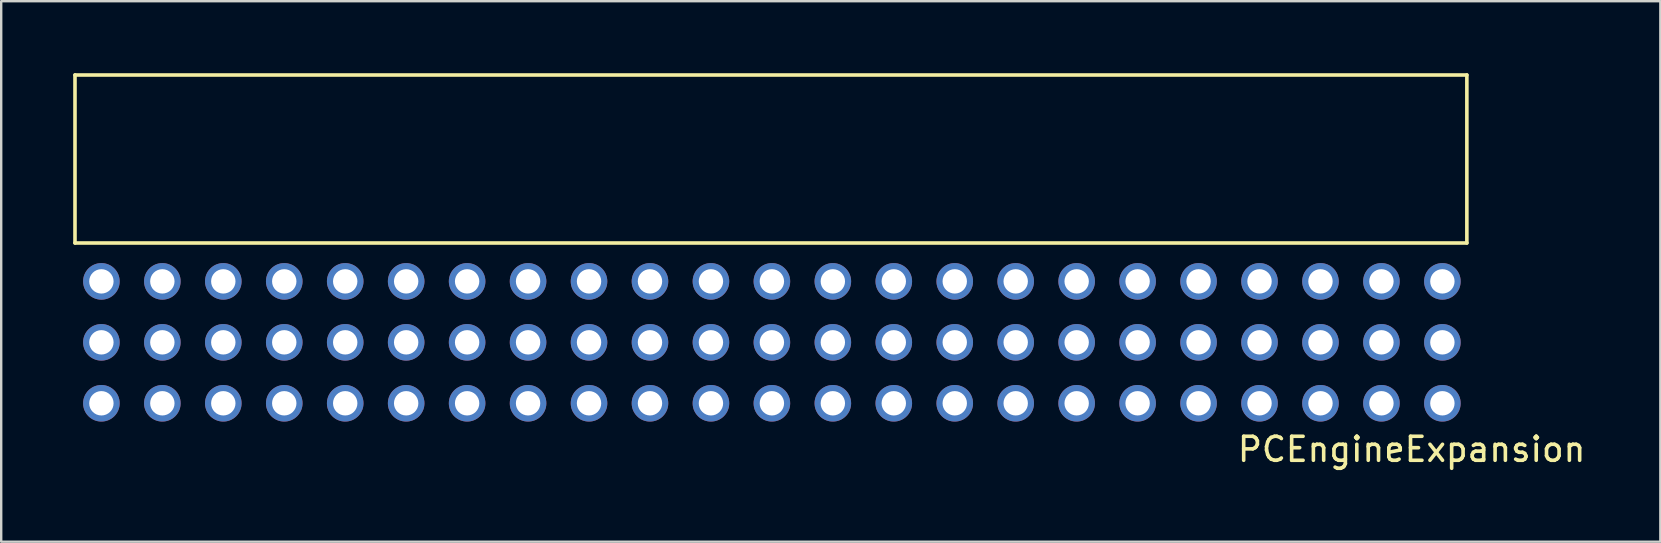
<source format=kicad_pcb>
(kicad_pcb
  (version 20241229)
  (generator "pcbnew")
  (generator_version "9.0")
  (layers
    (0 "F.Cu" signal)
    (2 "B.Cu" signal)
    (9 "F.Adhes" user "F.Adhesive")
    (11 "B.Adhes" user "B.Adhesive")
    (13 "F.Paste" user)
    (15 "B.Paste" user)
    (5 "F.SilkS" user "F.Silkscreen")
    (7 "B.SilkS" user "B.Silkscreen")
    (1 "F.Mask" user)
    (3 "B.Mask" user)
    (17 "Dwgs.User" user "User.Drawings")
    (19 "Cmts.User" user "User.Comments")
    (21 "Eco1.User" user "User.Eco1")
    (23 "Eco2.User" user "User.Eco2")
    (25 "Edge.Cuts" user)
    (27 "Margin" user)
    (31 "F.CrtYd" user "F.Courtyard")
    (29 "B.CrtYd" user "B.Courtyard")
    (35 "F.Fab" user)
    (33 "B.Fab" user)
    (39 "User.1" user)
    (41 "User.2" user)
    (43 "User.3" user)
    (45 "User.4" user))
  (footprint "PCEngineExpansion"
    (layer "F.Cu")
    (at 29.075 11.075)
    (property "Reference" "PCEngineExpansion" (at 26.7 4.6 0) (layer "F.SilkS") (effects (font (size 1 1) (thickness 0.15))))
    (attr through_hole)
    (fp_line (start -29 -11) (end -29 -4) (stroke (width 0.15) (type solid)) (layer "F.SilkS"))
    (fp_line (start -29 -4) (end 29 -4) (stroke (width 0.15) (type solid)) (layer "F.SilkS"))
    (fp_line (start 29 -11) (end -29 -11) (stroke (width 0.15) (type solid)) (layer "F.SilkS"))
    (fp_line (start 29 -4) (end 29 -11) (stroke (width 0.15) (type solid)) (layer "F.SilkS"))
    (pad "A1" thru_hole circle (at -27.9 -2.4) (size 1.524 1.524) (drill 1.016) (layers "*.Cu" "*.Mask"))
    (pad "A2" thru_hole circle (at -25.36 -2.4) (size 1.524 1.524) (drill 1.016) (layers "*.Cu" "*.Mask"))
    (pad "A3" thru_hole circle (at -22.82 -2.4) (size 1.524 1.524) (drill 1.016) (layers "*.Cu" "*.Mask"))
    (pad "A4" thru_hole circle (at -20.28 -2.4) (size 1.524 1.524) (drill 1.016) (layers "*.Cu" "*.Mask"))
    (pad "A5" thru_hole circle (at -17.74 -2.4) (size 1.524 1.524) (drill 1.016) (layers "*.Cu" "*.Mask"))
    (pad "A6" thru_hole circle (at -15.2 -2.4) (size 1.524 1.524) (drill 1.016) (layers "*.Cu" "*.Mask"))
    (pad "A7" thru_hole circle (at -12.66 -2.4) (size 1.524 1.524) (drill 1.016) (layers "*.Cu" "*.Mask"))
    (pad "A8" thru_hole circle (at -10.12 -2.4) (size 1.524 1.524) (drill 1.016) (layers "*.Cu" "*.Mask"))
    (pad "A9" thru_hole circle (at -7.58 -2.4) (size 1.524 1.524) (drill 1.016) (layers "*.Cu" "*.Mask"))
    (pad "A10" thru_hole circle (at -5.04 -2.4) (size 1.524 1.524) (drill 1.016) (layers "*.Cu" "*.Mask"))
    (pad "A11" thru_hole circle (at -2.5 -2.4) (size 1.524 1.524) (drill 1.016) (layers "*.Cu" "*.Mask"))
    (pad "A12" thru_hole circle (at 0.04 -2.4) (size 1.524 1.524) (drill 1.016) (layers "*.Cu" "*.Mask"))
    (pad "A13" thru_hole circle (at 2.58 -2.4) (size 1.524 1.524) (drill 1.016) (layers "*.Cu" "*.Mask"))
    (pad "A14" thru_hole circle (at 5.12 -2.4) (size 1.524 1.524) (drill 1.016) (layers "*.Cu" "*.Mask"))
    (pad "A15" thru_hole circle (at 7.66 -2.4) (size 1.524 1.524) (drill 1.016) (layers "*.Cu" "*.Mask"))
    (pad "A16" thru_hole circle (at 10.2 -2.4) (size 1.524 1.524) (drill 1.016) (layers "*.Cu" "*.Mask"))
    (pad "A17" thru_hole circle (at 12.74 -2.4) (size 1.524 1.524) (drill 1.016) (layers "*.Cu" "*.Mask"))
    (pad "A18" thru_hole circle (at 15.28 -2.4) (size 1.524 1.524) (drill 1.016) (layers "*.Cu" "*.Mask"))
    (pad "A19" thru_hole circle (at 17.82 -2.4) (size 1.524 1.524) (drill 1.016) (layers "*.Cu" "*.Mask"))
    (pad "A20" thru_hole circle (at 20.36 -2.4) (size 1.524 1.524) (drill 1.016) (layers "*.Cu" "*.Mask"))
    (pad "A21" thru_hole circle (at 22.9 -2.4) (size 1.524 1.524) (drill 1.016) (layers "*.Cu" "*.Mask"))
    (pad "A22" thru_hole circle (at 25.44 -2.4) (size 1.524 1.524) (drill 1.016) (layers "*.Cu" "*.Mask"))
    (pad "A23" thru_hole circle (at 27.98 -2.4) (size 1.524 1.524) (drill 1.016) (layers "*.Cu" "*.Mask"))
    (pad "B1" thru_hole circle (at -27.9 0.14) (size 1.524 1.524) (drill 1.016) (layers "*.Cu" "*.Mask"))
    (pad "B2" thru_hole circle (at -25.36 0.14) (size 1.524 1.524) (drill 1.016) (layers "*.Cu" "*.Mask"))
    (pad "B3" thru_hole circle (at -22.82 0.14) (size 1.524 1.524) (drill 1.016) (layers "*.Cu" "*.Mask"))
    (pad "B4" thru_hole circle (at -20.28 0.14) (size 1.524 1.524) (drill 1.016) (layers "*.Cu" "*.Mask"))
    (pad "B5" thru_hole circle (at -17.74 0.14) (size 1.524 1.524) (drill 1.016) (layers "*.Cu" "*.Mask"))
    (pad "B6" thru_hole circle (at -15.2 0.14) (size 1.524 1.524) (drill 1.016) (layers "*.Cu" "*.Mask"))
    (pad "B7" thru_hole circle (at -12.66 0.14) (size 1.524 1.524) (drill 1.016) (layers "*.Cu" "*.Mask"))
    (pad "B8" thru_hole circle (at -10.12 0.14) (size 1.524 1.524) (drill 1.016) (layers "*.Cu" "*.Mask"))
    (pad "B9" thru_hole circle (at -7.58 0.14) (size 1.524 1.524) (drill 1.016) (layers "*.Cu" "*.Mask"))
    (pad "B10" thru_hole circle (at -5.04 0.14) (size 1.524 1.524) (drill 1.016) (layers "*.Cu" "*.Mask"))
    (pad "B11" thru_hole circle (at -2.5 0.14) (size 1.524 1.524) (drill 1.016) (layers "*.Cu" "*.Mask"))
    (pad "B12" thru_hole circle (at 0.04 0.14) (size 1.524 1.524) (drill 1.016) (layers "*.Cu" "*.Mask"))
    (pad "B13" thru_hole circle (at 2.58 0.14) (size 1.524 1.524) (drill 1.016) (layers "*.Cu" "*.Mask"))
    (pad "B14" thru_hole circle (at 5.12 0.14) (size 1.524 1.524) (drill 1.016) (layers "*.Cu" "*.Mask"))
    (pad "B15" thru_hole circle (at 7.66 0.14) (size 1.524 1.524) (drill 1.016) (layers "*.Cu" "*.Mask"))
    (pad "B16" thru_hole circle (at 10.2 0.14) (size 1.524 1.524) (drill 1.016) (layers "*.Cu" "*.Mask"))
    (pad "B17" thru_hole circle (at 12.74 0.14) (size 1.524 1.524) (drill 1.016) (layers "*.Cu" "*.Mask"))
    (pad "B18" thru_hole circle (at 15.28 0.14) (size 1.524 1.524) (drill 1.016) (layers "*.Cu" "*.Mask"))
    (pad "B19" thru_hole circle (at 17.82 0.14) (size 1.524 1.524) (drill 1.016) (layers "*.Cu" "*.Mask"))
    (pad "B20" thru_hole circle (at 20.36 0.14) (size 1.524 1.524) (drill 1.016) (layers "*.Cu" "*.Mask"))
    (pad "B21" thru_hole circle (at 22.9 0.14) (size 1.524 1.524) (drill 1.016) (layers "*.Cu" "*.Mask"))
    (pad "B22" thru_hole circle (at 25.44 0.14) (size 1.524 1.524) (drill 1.016) (layers "*.Cu" "*.Mask"))
    (pad "B23" thru_hole circle (at 27.98 0.14) (size 1.524 1.524) (drill 1.016) (layers "*.Cu" "*.Mask"))
    (pad "C1" thru_hole circle (at -27.9 2.68) (size 1.524 1.524) (drill 1.016) (layers "*.Cu" "*.Mask"))
    (pad "C2" thru_hole circle (at -25.36 2.68) (size 1.524 1.524) (drill 1.016) (layers "*.Cu" "*.Mask"))
    (pad "C3" thru_hole circle (at -22.82 2.68) (size 1.524 1.524) (drill 1.016) (layers "*.Cu" "*.Mask"))
    (pad "C4" thru_hole circle (at -20.28 2.68) (size 1.524 1.524) (drill 1.016) (layers "*.Cu" "*.Mask"))
    (pad "C5" thru_hole circle (at -17.74 2.68) (size 1.524 1.524) (drill 1.016) (layers "*.Cu" "*.Mask"))
    (pad "C6" thru_hole circle (at -15.2 2.68) (size 1.524 1.524) (drill 1.016) (layers "*.Cu" "*.Mask"))
    (pad "C7" thru_hole circle (at -12.66 2.68) (size 1.524 1.524) (drill 1.016) (layers "*.Cu" "*.Mask"))
    (pad "C8" thru_hole circle (at -10.12 2.68) (size 1.524 1.524) (drill 1.016) (layers "*.Cu" "*.Mask"))
    (pad "C9" thru_hole circle (at -7.58 2.68) (size 1.524 1.524) (drill 1.016) (layers "*.Cu" "*.Mask"))
    (pad "C10" thru_hole circle (at -5.04 2.68) (size 1.524 1.524) (drill 1.016) (layers "*.Cu" "*.Mask"))
    (pad "C11" thru_hole circle (at -2.5 2.68) (size 1.524 1.524) (drill 1.016) (layers "*.Cu" "*.Mask"))
    (pad "C12" thru_hole circle (at 0.04 2.68) (size 1.524 1.524) (drill 1.016) (layers "*.Cu" "*.Mask"))
    (pad "C13" thru_hole circle (at 2.58 2.68) (size 1.524 1.524) (drill 1.016) (layers "*.Cu" "*.Mask"))
    (pad "C14" thru_hole circle (at 5.12 2.68) (size 1.524 1.524) (drill 1.016) (layers "*.Cu" "*.Mask"))
    (pad "C15" thru_hole circle (at 7.66 2.68) (size 1.524 1.524) (drill 1.016) (layers "*.Cu" "*.Mask"))
    (pad "C16" thru_hole circle (at 10.2 2.68) (size 1.524 1.524) (drill 1.016) (layers "*.Cu" "*.Mask"))
    (pad "C17" thru_hole circle (at 12.74 2.68) (size 1.524 1.524) (drill 1.016) (layers "*.Cu" "*.Mask"))
    (pad "C18" thru_hole circle (at 15.28 2.68) (size 1.524 1.524) (drill 1.016) (layers "*.Cu" "*.Mask"))
    (pad "C19" thru_hole circle (at 17.82 2.68) (size 1.524 1.524) (drill 1.016) (layers "*.Cu" "*.Mask"))
    (pad "C20" thru_hole circle (at 20.36 2.68) (size 1.524 1.524) (drill 1.016) (layers "*.Cu" "*.Mask"))
    (pad "C21" thru_hole circle (at 22.9 2.68) (size 1.524 1.524) (drill 1.016) (layers "*.Cu" "*.Mask"))
    (pad "C22" thru_hole circle (at 25.44 2.68) (size 1.524 1.524) (drill 1.016) (layers "*.Cu" "*.Mask"))
    (pad "C23" thru_hole circle (at 27.98 2.68) (size 1.524 1.524) (drill 1.016) (layers "*.Cu" "*.Mask")))
  (gr_rect
    (start -3 -3)
    (end 66.138 19.523)
    (stroke (width 0.1) (type default))
    (fill no)
    (layer "Edge.Cuts")))
</source>
